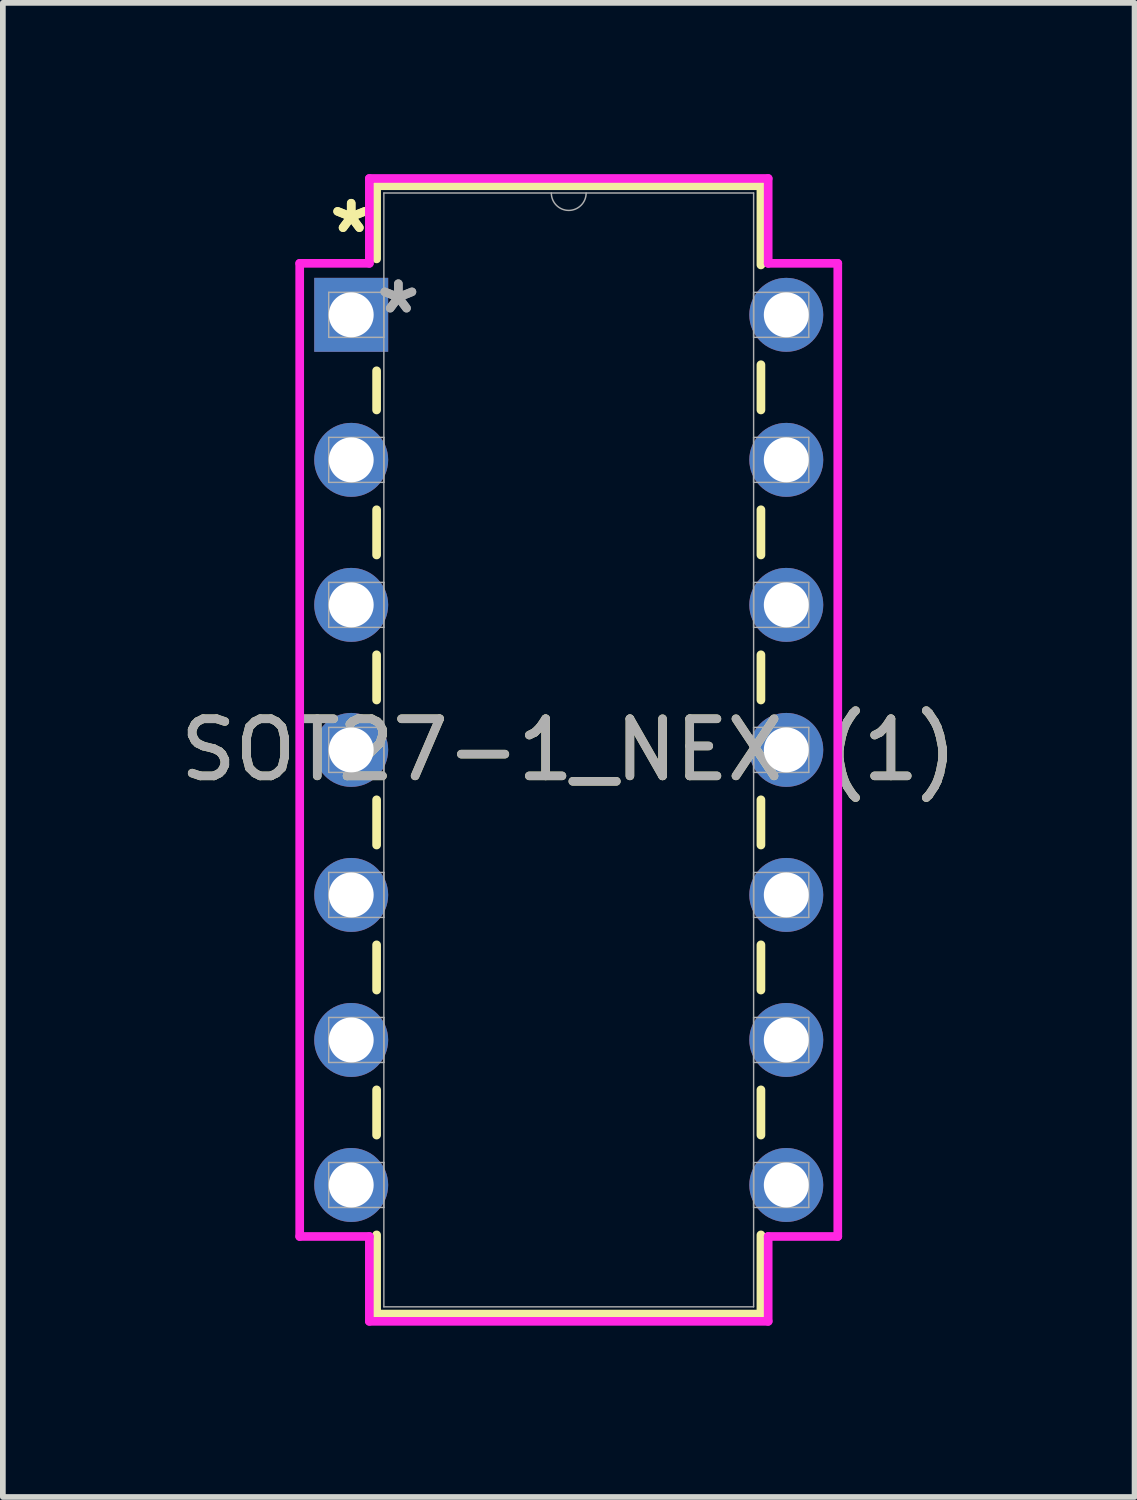
<source format=kicad_pcb>
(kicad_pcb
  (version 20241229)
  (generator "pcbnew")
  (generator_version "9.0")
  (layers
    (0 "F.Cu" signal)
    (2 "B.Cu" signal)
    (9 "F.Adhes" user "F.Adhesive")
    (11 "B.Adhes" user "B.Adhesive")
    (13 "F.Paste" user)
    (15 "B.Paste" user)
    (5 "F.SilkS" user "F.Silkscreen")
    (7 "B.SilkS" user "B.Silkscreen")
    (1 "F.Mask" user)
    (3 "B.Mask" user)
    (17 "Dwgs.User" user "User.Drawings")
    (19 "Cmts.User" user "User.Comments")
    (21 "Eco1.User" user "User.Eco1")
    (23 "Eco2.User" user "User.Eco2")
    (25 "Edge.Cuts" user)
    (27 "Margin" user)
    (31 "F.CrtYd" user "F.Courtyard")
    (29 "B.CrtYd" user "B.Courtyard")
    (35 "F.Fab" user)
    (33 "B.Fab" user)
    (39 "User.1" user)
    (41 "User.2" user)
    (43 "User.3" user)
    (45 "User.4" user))
  (footprint "SOT27-1_NEX (1)"
    (layer "F.Cu")
    (at 3.101 2.464)
    (property "Reference" "SOT27-1_NEX (1)" (at 3.81 7.62 0) (unlocked yes) (layer "F.SilkS") (effects (font (size 1 1) (thickness 0.15))))
    (attr through_hole)
    (fp_line (start 0.445 -2.261) (end 0.445 -0.98) (stroke (width 0.152) (type solid)) (layer "F.SilkS"))
    (fp_line (start 0.445 0.98) (end 0.445 1.666) (stroke (width 0.152) (type solid)) (layer "F.SilkS"))
    (fp_line (start 0.445 3.414) (end 0.445 4.206) (stroke (width 0.152) (type solid)) (layer "F.SilkS"))
    (fp_line (start 0.445 5.954) (end 0.445 6.746) (stroke (width 0.152) (type solid)) (layer "F.SilkS"))
    (fp_line (start 0.445 8.494) (end 0.445 9.286) (stroke (width 0.152) (type solid)) (layer "F.SilkS"))
    (fp_line (start 0.445 11.034) (end 0.445 11.826) (stroke (width 0.152) (type solid)) (layer "F.SilkS"))
    (fp_line (start 0.445 13.574) (end 0.445 14.366) (stroke (width 0.152) (type solid)) (layer "F.SilkS"))
    (fp_line (start 0.445 16.114) (end 0.445 17.501) (stroke (width 0.152) (type solid)) (layer "F.SilkS"))
    (fp_line (start 0.445 17.501) (end 7.176 17.501) (stroke (width 0.152) (type solid)) (layer "F.SilkS"))
    (fp_line (start 7.176 -2.261) (end 0.445 -2.261) (stroke (width 0.152) (type solid)) (layer "F.SilkS"))
    (fp_line (start 7.176 -0.874) (end 7.176 -2.261) (stroke (width 0.152) (type solid)) (layer "F.SilkS"))
    (fp_line (start 7.176 1.666) (end 7.176 0.874) (stroke (width 0.152) (type solid)) (layer "F.SilkS"))
    (fp_line (start 7.176 4.206) (end 7.176 3.414) (stroke (width 0.152) (type solid)) (layer "F.SilkS"))
    (fp_line (start 7.176 6.746) (end 7.176 5.954) (stroke (width 0.152) (type solid)) (layer "F.SilkS"))
    (fp_line (start 7.176 9.286) (end 7.176 8.494) (stroke (width 0.152) (type solid)) (layer "F.SilkS"))
    (fp_line (start 7.176 11.826) (end 7.176 11.034) (stroke (width 0.152) (type solid)) (layer "F.SilkS"))
    (fp_line (start 7.176 14.366) (end 7.176 13.574) (stroke (width 0.152) (type solid)) (layer "F.SilkS"))
    (fp_line (start 7.176 17.501) (end 7.176 16.114) (stroke (width 0.152) (type solid)) (layer "F.SilkS"))
    (fp_line (start -0.902 -0.902) (end 0.318 -0.902) (stroke (width 0.152) (type solid)) (layer "F.CrtYd"))
    (fp_line (start -0.902 16.142) (end -0.902 -0.902) (stroke (width 0.152) (type solid)) (layer "F.CrtYd"))
    (fp_line (start 0.318 -2.388) (end 7.303 -2.388) (stroke (width 0.152) (type solid)) (layer "F.CrtYd"))
    (fp_line (start 0.318 -0.902) (end 0.318 -2.388) (stroke (width 0.152) (type solid)) (layer "F.CrtYd"))
    (fp_line (start 0.318 16.142) (end -0.902 16.142) (stroke (width 0.152) (type solid)) (layer "F.CrtYd"))
    (fp_line (start 0.318 17.628) (end 0.318 16.142) (stroke (width 0.152) (type solid)) (layer "F.CrtYd"))
    (fp_line (start 7.303 -2.388) (end 7.303 -0.902) (stroke (width 0.152) (type solid)) (layer "F.CrtYd"))
    (fp_line (start 7.303 16.142) (end 7.303 17.628) (stroke (width 0.152) (type solid)) (layer "F.CrtYd"))
    (fp_line (start 7.303 17.628) (end 0.318 17.628) (stroke (width 0.152) (type solid)) (layer "F.CrtYd"))
    (fp_line (start 8.522 -0.902) (end 7.303 -0.902) (stroke (width 0.152) (type solid)) (layer "F.CrtYd"))
    (fp_line (start 8.522 -0.902) (end 8.522 16.142) (stroke (width 0.152) (type solid)) (layer "F.CrtYd"))
    (fp_line (start 8.522 16.142) (end 7.303 16.142) (stroke (width 0.152) (type solid)) (layer "F.CrtYd"))
    (fp_line (start -0.394 -0.394) (end -0.394 0.394) (stroke (width 0.025) (type solid)) (layer "F.Fab"))
    (fp_line (start -0.394 0.394) (end 0.572 0.394) (stroke (width 0.025) (type solid)) (layer "F.Fab"))
    (fp_line (start -0.394 2.146) (end -0.394 2.934) (stroke (width 0.025) (type solid)) (layer "F.Fab"))
    (fp_line (start -0.394 2.934) (end 0.572 2.934) (stroke (width 0.025) (type solid)) (layer "F.Fab"))
    (fp_line (start -0.394 4.686) (end -0.394 5.474) (stroke (width 0.025) (type solid)) (layer "F.Fab"))
    (fp_line (start -0.394 5.474) (end 0.572 5.474) (stroke (width 0.025) (type solid)) (layer "F.Fab"))
    (fp_line (start -0.394 7.226) (end -0.394 8.014) (stroke (width 0.025) (type solid)) (layer "F.Fab"))
    (fp_line (start -0.394 8.014) (end 0.572 8.014) (stroke (width 0.025) (type solid)) (layer "F.Fab"))
    (fp_line (start -0.394 9.766) (end -0.394 10.554) (stroke (width 0.025) (type solid)) (layer "F.Fab"))
    (fp_line (start -0.394 10.554) (end 0.572 10.554) (stroke (width 0.025) (type solid)) (layer "F.Fab"))
    (fp_line (start -0.394 12.306) (end -0.394 13.094) (stroke (width 0.025) (type solid)) (layer "F.Fab"))
    (fp_line (start -0.394 13.094) (end 0.572 13.094) (stroke (width 0.025) (type solid)) (layer "F.Fab"))
    (fp_line (start -0.394 14.846) (end -0.394 15.634) (stroke (width 0.025) (type solid)) (layer "F.Fab"))
    (fp_line (start -0.394 15.634) (end 0.572 15.634) (stroke (width 0.025) (type solid)) (layer "F.Fab"))
    (fp_line (start 0.572 -2.134) (end 0.572 17.374) (stroke (width 0.025) (type solid)) (layer "F.Fab"))
    (fp_line (start 0.572 -0.394) (end -0.394 -0.394) (stroke (width 0.025) (type solid)) (layer "F.Fab"))
    (fp_line (start 0.572 0.394) (end 0.572 -0.394) (stroke (width 0.025) (type solid)) (layer "F.Fab"))
    (fp_line (start 0.572 2.146) (end -0.394 2.146) (stroke (width 0.025) (type solid)) (layer "F.Fab"))
    (fp_line (start 0.572 2.934) (end 0.572 2.146) (stroke (width 0.025) (type solid)) (layer "F.Fab"))
    (fp_line (start 0.572 4.686) (end -0.394 4.686) (stroke (width 0.025) (type solid)) (layer "F.Fab"))
    (fp_line (start 0.572 5.474) (end 0.572 4.686) (stroke (width 0.025) (type solid)) (layer "F.Fab"))
    (fp_line (start 0.572 7.226) (end -0.394 7.226) (stroke (width 0.025) (type solid)) (layer "F.Fab"))
    (fp_line (start 0.572 8.014) (end 0.572 7.226) (stroke (width 0.025) (type solid)) (layer "F.Fab"))
    (fp_line (start 0.572 9.766) (end -0.394 9.766) (stroke (width 0.025) (type solid)) (layer "F.Fab"))
    (fp_line (start 0.572 10.554) (end 0.572 9.766) (stroke (width 0.025) (type solid)) (layer "F.Fab"))
    (fp_line (start 0.572 12.306) (end -0.394 12.306) (stroke (width 0.025) (type solid)) (layer "F.Fab"))
    (fp_line (start 0.572 13.094) (end 0.572 12.306) (stroke (width 0.025) (type solid)) (layer "F.Fab"))
    (fp_line (start 0.572 14.846) (end -0.394 14.846) (stroke (width 0.025) (type solid)) (layer "F.Fab"))
    (fp_line (start 0.572 15.634) (end 0.572 14.846) (stroke (width 0.025) (type solid)) (layer "F.Fab"))
    (fp_line (start 0.572 17.374) (end 7.048 17.374) (stroke (width 0.025) (type solid)) (layer "F.Fab"))
    (fp_line (start 7.048 -2.134) (end 0.572 -2.134) (stroke (width 0.025) (type solid)) (layer "F.Fab"))
    (fp_line (start 7.048 -0.394) (end 7.048 0.394) (stroke (width 0.025) (type solid)) (layer "F.Fab"))
    (fp_line (start 7.048 0.394) (end 8.014 0.394) (stroke (width 0.025) (type solid)) (layer "F.Fab"))
    (fp_line (start 7.048 2.146) (end 7.048 2.934) (stroke (width 0.025) (type solid)) (layer "F.Fab"))
    (fp_line (start 7.048 2.934) (end 8.014 2.934) (stroke (width 0.025) (type solid)) (layer "F.Fab"))
    (fp_line (start 7.048 4.686) (end 7.048 5.474) (stroke (width 0.025) (type solid)) (layer "F.Fab"))
    (fp_line (start 7.048 5.474) (end 8.014 5.474) (stroke (width 0.025) (type solid)) (layer "F.Fab"))
    (fp_line (start 7.048 7.226) (end 7.048 8.014) (stroke (width 0.025) (type solid)) (layer "F.Fab"))
    (fp_line (start 7.048 8.014) (end 8.014 8.014) (stroke (width 0.025) (type solid)) (layer "F.Fab"))
    (fp_line (start 7.048 9.766) (end 7.048 10.554) (stroke (width 0.025) (type solid)) (layer "F.Fab"))
    (fp_line (start 7.048 10.554) (end 8.014 10.554) (stroke (width 0.025) (type solid)) (layer "F.Fab"))
    (fp_line (start 7.048 12.306) (end 7.048 13.094) (stroke (width 0.025) (type solid)) (layer "F.Fab"))
    (fp_line (start 7.048 13.094) (end 8.014 13.094) (stroke (width 0.025) (type solid)) (layer "F.Fab"))
    (fp_line (start 7.048 14.846) (end 7.048 15.634) (stroke (width 0.025) (type solid)) (layer "F.Fab"))
    (fp_line (start 7.048 15.634) (end 8.014 15.634) (stroke (width 0.025) (type solid)) (layer "F.Fab"))
    (fp_line (start 7.048 17.374) (end 7.048 -2.134) (stroke (width 0.025) (type solid)) (layer "F.Fab"))
    (fp_line (start 8.014 -0.394) (end 7.048 -0.394) (stroke (width 0.025) (type solid)) (layer "F.Fab"))
    (fp_line (start 8.014 0.394) (end 8.014 -0.394) (stroke (width 0.025) (type solid)) (layer "F.Fab"))
    (fp_line (start 8.014 2.146) (end 7.048 2.146) (stroke (width 0.025) (type solid)) (layer "F.Fab"))
    (fp_line (start 8.014 2.934) (end 8.014 2.146) (stroke (width 0.025) (type solid)) (layer "F.Fab"))
    (fp_line (start 8.014 4.686) (end 7.048 4.686) (stroke (width 0.025) (type solid)) (layer "F.Fab"))
    (fp_line (start 8.014 5.474) (end 8.014 4.686) (stroke (width 0.025) (type solid)) (layer "F.Fab"))
    (fp_line (start 8.014 7.226) (end 7.048 7.226) (stroke (width 0.025) (type solid)) (layer "F.Fab"))
    (fp_line (start 8.014 8.014) (end 8.014 7.226) (stroke (width 0.025) (type solid)) (layer "F.Fab"))
    (fp_line (start 8.014 9.766) (end 7.048 9.766) (stroke (width 0.025) (type solid)) (layer "F.Fab"))
    (fp_line (start 8.014 10.554) (end 8.014 9.766) (stroke (width 0.025) (type solid)) (layer "F.Fab"))
    (fp_line (start 8.014 12.306) (end 7.048 12.306) (stroke (width 0.025) (type solid)) (layer "F.Fab"))
    (fp_line (start 8.014 13.094) (end 8.014 12.306) (stroke (width 0.025) (type solid)) (layer "F.Fab"))
    (fp_line (start 8.014 14.846) (end 7.048 14.846) (stroke (width 0.025) (type solid)) (layer "F.Fab"))
    (fp_line (start 8.014 15.634) (end 8.014 14.846) (stroke (width 0.025) (type solid)) (layer "F.Fab"))
    (fp_arc (start 4.1148 -2.1336) (mid 3.81 -1.8288) (end 3.5052 -2.1336) (stroke (width 0.0254) (type solid)) (layer "F.Fab"))
    (fp_text user "*" (at 0 -1.41 0) (layer "F.SilkS") (effects (font (size 1 1) (thickness 0.15))))
    (fp_text user "*" (at 0 -1.41 0) (unlocked yes) (layer "F.SilkS") (effects (font (size 1 1) (thickness 0.15))))
    (fp_text user "${REFERENCE}" (at 3.81 7.62 0) (unlocked yes) (layer "F.Fab") (effects (font (size 1 1) (thickness 0.15))))
    (fp_text user "*" (at 0.826 0 0) (unlocked yes) (layer "F.Fab") (effects (font (size 1 1) (thickness 0.15))))
    (fp_text user "*" (at 0.826 0 0) (layer "F.Fab") (effects (font (size 1 1) (thickness 0.15))))
    (pad "1" thru_hole rect (at 0 0) (size 1.295 1.295) (drill 0.787) (layers "*.Cu" "*.Mask"))
    (pad "2" thru_hole circle (at 0 2.54) (size 1.295 1.295) (drill 0.787) (layers "*.Cu" "*.Mask"))
    (pad "3" thru_hole circle (at 0 5.08) (size 1.295 1.295) (drill 0.787) (layers "*.Cu" "*.Mask"))
    (pad "4" thru_hole circle (at 0 7.62) (size 1.295 1.295) (drill 0.787) (layers "*.Cu" "*.Mask"))
    (pad "5" thru_hole circle (at 0 10.16) (size 1.295 1.295) (drill 0.787) (layers "*.Cu" "*.Mask"))
    (pad "6" thru_hole circle (at 0 12.7) (size 1.295 1.295) (drill 0.787) (layers "*.Cu" "*.Mask"))
    (pad "7" thru_hole circle (at 0 15.24) (size 1.295 1.295) (drill 0.787) (layers "*.Cu" "*.Mask"))
    (pad "8" thru_hole circle (at 7.62 15.24) (size 1.295 1.295) (drill 0.787) (layers "*.Cu" "*.Mask"))
    (pad "9" thru_hole circle (at 7.62 12.7) (size 1.295 1.295) (drill 0.787) (layers "*.Cu" "*.Mask"))
    (pad "10" thru_hole circle (at 7.62 10.16) (size 1.295 1.295) (drill 0.787) (layers "*.Cu" "*.Mask"))
    (pad "11" thru_hole circle (at 7.62 7.62) (size 1.295 1.295) (drill 0.787) (layers "*.Cu" "*.Mask"))
    (pad "12" thru_hole circle (at 7.62 5.08) (size 1.295 1.295) (drill 0.787) (layers "*.Cu" "*.Mask"))
    (pad "13" thru_hole circle (at 7.62 2.54) (size 1.295 1.295) (drill 0.787) (layers "*.Cu" "*.Mask"))
    (pad "14" thru_hole circle (at 7.62 0) (size 1.295 1.295) (drill 0.787) (layers "*.Cu" "*.Mask")))
  (gr_rect
    (start -3 -3)
    (end 16.821 23.168)
    (stroke (width 0.1) (type default))
    (fill no)
    (layer "Edge.Cuts")))
</source>
